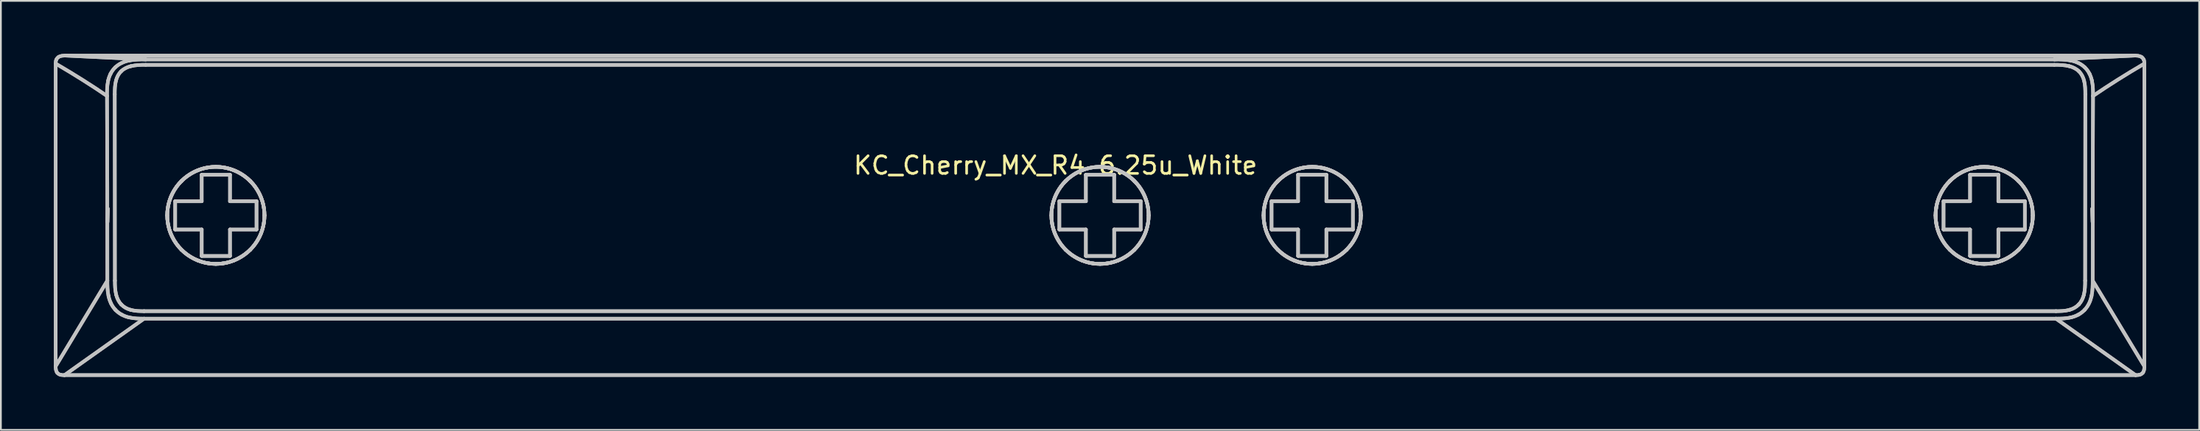
<source format=kicad_pcb>
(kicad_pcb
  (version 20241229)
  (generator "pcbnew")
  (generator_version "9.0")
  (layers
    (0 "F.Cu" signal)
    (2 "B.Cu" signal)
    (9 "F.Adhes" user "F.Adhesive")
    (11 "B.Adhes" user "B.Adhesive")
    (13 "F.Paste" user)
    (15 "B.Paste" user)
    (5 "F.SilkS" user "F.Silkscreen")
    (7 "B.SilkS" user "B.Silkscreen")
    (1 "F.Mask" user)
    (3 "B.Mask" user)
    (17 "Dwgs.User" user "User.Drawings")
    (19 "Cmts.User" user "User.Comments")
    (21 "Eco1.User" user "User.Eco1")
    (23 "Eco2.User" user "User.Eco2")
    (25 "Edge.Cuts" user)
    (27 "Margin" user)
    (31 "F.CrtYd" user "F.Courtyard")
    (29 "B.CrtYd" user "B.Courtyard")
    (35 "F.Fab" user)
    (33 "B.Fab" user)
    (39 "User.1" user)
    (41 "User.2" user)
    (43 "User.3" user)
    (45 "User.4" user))
  (footprint "KC_Cherry_MX_R4_6.25u_White"
    (layer "F.Cu")
    (at 59.176 9.111)
    (property "Reference" "KC_Cherry_MX_R4_6.25u_White" (at -2.54 -2.794 0) (layer "F.SilkS") (effects (font (size 1 1) (thickness 0.15))))
    (attr allow_missing_courtyard)
    (fp_line (start -59.076 -8.557) (end -59.076 8.585) (stroke (width 0.2) (type default)) (layer "Dwgs.User"))
    (fp_line (start -59.076 -8.557) (end -59.076 8.585) (stroke (width 0.2) (type default)) (layer "Dwgs.User"))
    (fp_line (start -58.58 9.089) (end 58.54 9.089) (stroke (width 0.2) (type default)) (layer "Dwgs.User"))
    (fp_line (start -58.58 9.089) (end 58.54 9.089) (stroke (width 0.2) (type default)) (layer "Dwgs.User"))
    (fp_line (start -58.528 -9.011) (end -53.985 -8.793) (stroke (width 0.2) (type default)) (layer "Dwgs.User"))
    (fp_line (start -58.528 -9.011) (end -53.985 -8.793) (stroke (width 0.2) (type default)) (layer "Dwgs.User"))
    (fp_line (start -56.155 3.735) (end -59.076 8.585) (stroke (width 0.2) (type default)) (layer "Dwgs.User"))
    (fp_line (start -56.155 3.735) (end -59.076 8.585) (stroke (width 0.2) (type default)) (layer "Dwgs.User"))
    (fp_line (start -56.148 0.414) (end -56.124 -0.336) (stroke (width 0.2) (type default)) (layer "Dwgs.User"))
    (fp_line (start -56.148 0.414) (end -56.124 -0.336) (stroke (width 0.2) (type default)) (layer "Dwgs.User"))
    (fp_line (start -55.737 -6.818) (end -55.728 3.735) (stroke (width 0.2) (type default)) (layer "Dwgs.User"))
    (fp_line (start -55.737 -6.818) (end -55.728 3.735) (stroke (width 0.2) (type default)) (layer "Dwgs.User"))
    (fp_line (start -54.078 5.466) (end 54.038 5.466) (stroke (width 0.2) (type default)) (layer "Dwgs.User"))
    (fp_line (start -54.078 5.466) (end 54.038 5.466) (stroke (width 0.2) (type default)) (layer "Dwgs.User"))
    (fp_line (start -54.078 5.89) (end -58.58 9.089) (stroke (width 0.2) (type default)) (layer "Dwgs.User"))
    (fp_line (start -54.078 5.89) (end -58.58 9.089) (stroke (width 0.2) (type default)) (layer "Dwgs.User"))
    (fp_line (start -54.078 5.89) (end 54.038 5.89) (stroke (width 0.2) (type default)) (layer "Dwgs.User"))
    (fp_line (start -54.078 5.89) (end 54.038 5.89) (stroke (width 0.2) (type default)) (layer "Dwgs.User"))
    (fp_line (start -52.32 -0.76) (end -50.82 -0.76) (stroke (width 0.2) (type default)) (layer "Dwgs.User"))
    (fp_line (start -52.32 -0.76) (end -50.82 -0.76) (stroke (width 0.2) (type default)) (layer "Dwgs.User"))
    (fp_line (start -52.32 0.84) (end -52.32 -0.76) (stroke (width 0.2) (type default)) (layer "Dwgs.User"))
    (fp_line (start -52.32 0.84) (end -52.32 -0.76) (stroke (width 0.2) (type default)) (layer "Dwgs.User"))
    (fp_line (start -50.82 -2.26) (end -49.22 -2.26) (stroke (width 0.2) (type default)) (layer "Dwgs.User"))
    (fp_line (start -50.82 -2.26) (end -49.22 -2.26) (stroke (width 0.2) (type default)) (layer "Dwgs.User"))
    (fp_line (start -50.82 -0.76) (end -50.82 -2.26) (stroke (width 0.2) (type default)) (layer "Dwgs.User"))
    (fp_line (start -50.82 -0.76) (end -50.82 -2.26) (stroke (width 0.2) (type default)) (layer "Dwgs.User"))
    (fp_line (start -50.82 0.84) (end -52.32 0.84) (stroke (width 0.2) (type default)) (layer "Dwgs.User"))
    (fp_line (start -50.82 0.84) (end -52.32 0.84) (stroke (width 0.2) (type default)) (layer "Dwgs.User"))
    (fp_line (start -50.82 2.34) (end -50.82 0.84) (stroke (width 0.2) (type default)) (layer "Dwgs.User"))
    (fp_line (start -50.82 2.34) (end -50.82 0.84) (stroke (width 0.2) (type default)) (layer "Dwgs.User"))
    (fp_line (start -49.22 -2.26) (end -49.22 -0.76) (stroke (width 0.2) (type default)) (layer "Dwgs.User"))
    (fp_line (start -49.22 -2.26) (end -49.22 -0.76) (stroke (width 0.2) (type default)) (layer "Dwgs.User"))
    (fp_line (start -49.22 -0.76) (end -47.72 -0.76) (stroke (width 0.2) (type default)) (layer "Dwgs.User"))
    (fp_line (start -49.22 -0.76) (end -47.72 -0.76) (stroke (width 0.2) (type default)) (layer "Dwgs.User"))
    (fp_line (start -49.22 0.84) (end -49.22 2.34) (stroke (width 0.2) (type default)) (layer "Dwgs.User"))
    (fp_line (start -49.22 0.84) (end -49.22 2.34) (stroke (width 0.2) (type default)) (layer "Dwgs.User"))
    (fp_line (start -49.22 2.34) (end -50.82 2.34) (stroke (width 0.2) (type default)) (layer "Dwgs.User"))
    (fp_line (start -49.22 2.34) (end -50.82 2.34) (stroke (width 0.2) (type default)) (layer "Dwgs.User"))
    (fp_line (start -47.72 -0.76) (end -47.72 0.84) (stroke (width 0.2) (type default)) (layer "Dwgs.User"))
    (fp_line (start -47.72 -0.76) (end -47.72 0.84) (stroke (width 0.2) (type default)) (layer "Dwgs.User"))
    (fp_line (start -47.72 0.84) (end -49.22 0.84) (stroke (width 0.2) (type default)) (layer "Dwgs.User"))
    (fp_line (start -47.72 0.84) (end -49.22 0.84) (stroke (width 0.2) (type default)) (layer "Dwgs.User"))
    (fp_line (start -47.296 -0.336) (end -47.296 -0.336) (stroke (width 0.2) (type default)) (layer "Dwgs.User"))
    (fp_line (start -47.296 -0.336) (end -47.296 -0.336) (stroke (width 0.2) (type default)) (layer "Dwgs.User"))
    (fp_line (start -47.296 0.414) (end -47.296 0.414) (stroke (width 0.2) (type default)) (layer "Dwgs.User"))
    (fp_line (start -47.296 0.414) (end -47.296 0.414) (stroke (width 0.2) (type default)) (layer "Dwgs.User"))
    (fp_line (start -2.744 -0.335) (end -2.744 -0.336) (stroke (width 0.2) (type default)) (layer "Dwgs.User"))
    (fp_line (start -2.744 -0.335) (end -2.744 -0.336) (stroke (width 0.2) (type default)) (layer "Dwgs.User"))
    (fp_line (start -2.744 0.414) (end -2.744 0.415) (stroke (width 0.2) (type default)) (layer "Dwgs.User"))
    (fp_line (start -2.744 0.414) (end -2.744 0.415) (stroke (width 0.2) (type default)) (layer "Dwgs.User"))
    (fp_line (start -2.32 -0.76) (end -0.82 -0.76) (stroke (width 0.2) (type default)) (layer "Dwgs.User"))
    (fp_line (start -2.32 -0.76) (end -0.82 -0.76) (stroke (width 0.2) (type default)) (layer "Dwgs.User"))
    (fp_line (start -2.32 0.84) (end -2.32 -0.76) (stroke (width 0.2) (type default)) (layer "Dwgs.User"))
    (fp_line (start -2.32 0.84) (end -2.32 -0.76) (stroke (width 0.2) (type default)) (layer "Dwgs.User"))
    (fp_line (start -0.82 -2.26) (end 0.78 -2.26) (stroke (width 0.2) (type default)) (layer "Dwgs.User"))
    (fp_line (start -0.82 -2.26) (end 0.78 -2.26) (stroke (width 0.2) (type default)) (layer "Dwgs.User"))
    (fp_line (start -0.82 -0.76) (end -0.82 -2.26) (stroke (width 0.2) (type default)) (layer "Dwgs.User"))
    (fp_line (start -0.82 -0.76) (end -0.82 -2.26) (stroke (width 0.2) (type default)) (layer "Dwgs.User"))
    (fp_line (start -0.82 0.84) (end -2.32 0.84) (stroke (width 0.2) (type default)) (layer "Dwgs.User"))
    (fp_line (start -0.82 0.84) (end -2.32 0.84) (stroke (width 0.2) (type default)) (layer "Dwgs.User"))
    (fp_line (start -0.82 2.34) (end -0.82 0.84) (stroke (width 0.2) (type default)) (layer "Dwgs.User"))
    (fp_line (start -0.82 2.34) (end -0.82 0.84) (stroke (width 0.2) (type default)) (layer "Dwgs.User"))
    (fp_line (start 0.78 -2.26) (end 0.78 -0.76) (stroke (width 0.2) (type default)) (layer "Dwgs.User"))
    (fp_line (start 0.78 -2.26) (end 0.78 -0.76) (stroke (width 0.2) (type default)) (layer "Dwgs.User"))
    (fp_line (start 0.78 -0.76) (end 2.28 -0.76) (stroke (width 0.2) (type default)) (layer "Dwgs.User"))
    (fp_line (start 0.78 -0.76) (end 2.28 -0.76) (stroke (width 0.2) (type default)) (layer "Dwgs.User"))
    (fp_line (start 0.78 0.84) (end 0.78 2.34) (stroke (width 0.2) (type default)) (layer "Dwgs.User"))
    (fp_line (start 0.78 0.84) (end 0.78 2.34) (stroke (width 0.2) (type default)) (layer "Dwgs.User"))
    (fp_line (start 0.78 2.34) (end -0.82 2.34) (stroke (width 0.2) (type default)) (layer "Dwgs.User"))
    (fp_line (start 0.78 2.34) (end -0.82 2.34) (stroke (width 0.2) (type default)) (layer "Dwgs.User"))
    (fp_line (start 2.28 -0.76) (end 2.28 0.84) (stroke (width 0.2) (type default)) (layer "Dwgs.User"))
    (fp_line (start 2.28 -0.76) (end 2.28 0.84) (stroke (width 0.2) (type default)) (layer "Dwgs.User"))
    (fp_line (start 2.28 0.84) (end 0.78 0.84) (stroke (width 0.2) (type default)) (layer "Dwgs.User"))
    (fp_line (start 2.28 0.84) (end 0.78 0.84) (stroke (width 0.2) (type default)) (layer "Dwgs.User"))
    (fp_line (start 9.68 -0.76) (end 11.18 -0.76) (stroke (width 0.2) (type default)) (layer "Dwgs.User"))
    (fp_line (start 9.68 -0.76) (end 11.18 -0.76) (stroke (width 0.2) (type default)) (layer "Dwgs.User"))
    (fp_line (start 9.68 0.84) (end 9.68 -0.76) (stroke (width 0.2) (type default)) (layer "Dwgs.User"))
    (fp_line (start 9.68 0.84) (end 9.68 -0.76) (stroke (width 0.2) (type default)) (layer "Dwgs.User"))
    (fp_line (start 11.18 -2.26) (end 12.78 -2.26) (stroke (width 0.2) (type default)) (layer "Dwgs.User"))
    (fp_line (start 11.18 -2.26) (end 12.78 -2.26) (stroke (width 0.2) (type default)) (layer "Dwgs.User"))
    (fp_line (start 11.18 -0.76) (end 11.18 -2.26) (stroke (width 0.2) (type default)) (layer "Dwgs.User"))
    (fp_line (start 11.18 -0.76) (end 11.18 -2.26) (stroke (width 0.2) (type default)) (layer "Dwgs.User"))
    (fp_line (start 11.18 0.84) (end 9.68 0.84) (stroke (width 0.2) (type default)) (layer "Dwgs.User"))
    (fp_line (start 11.18 0.84) (end 9.68 0.84) (stroke (width 0.2) (type default)) (layer "Dwgs.User"))
    (fp_line (start 11.18 2.34) (end 11.18 0.84) (stroke (width 0.2) (type default)) (layer "Dwgs.User"))
    (fp_line (start 11.18 2.34) (end 11.18 0.84) (stroke (width 0.2) (type default)) (layer "Dwgs.User"))
    (fp_line (start 12.78 -2.26) (end 12.78 -0.76) (stroke (width 0.2) (type default)) (layer "Dwgs.User"))
    (fp_line (start 12.78 -2.26) (end 12.78 -0.76) (stroke (width 0.2) (type default)) (layer "Dwgs.User"))
    (fp_line (start 12.78 -0.76) (end 14.28 -0.76) (stroke (width 0.2) (type default)) (layer "Dwgs.User"))
    (fp_line (start 12.78 -0.76) (end 14.28 -0.76) (stroke (width 0.2) (type default)) (layer "Dwgs.User"))
    (fp_line (start 12.78 0.84) (end 12.78 2.34) (stroke (width 0.2) (type default)) (layer "Dwgs.User"))
    (fp_line (start 12.78 0.84) (end 12.78 2.34) (stroke (width 0.2) (type default)) (layer "Dwgs.User"))
    (fp_line (start 12.78 2.34) (end 11.18 2.34) (stroke (width 0.2) (type default)) (layer "Dwgs.User"))
    (fp_line (start 12.78 2.34) (end 11.18 2.34) (stroke (width 0.2) (type default)) (layer "Dwgs.User"))
    (fp_line (start 14.28 -0.76) (end 14.28 0.84) (stroke (width 0.2) (type default)) (layer "Dwgs.User"))
    (fp_line (start 14.28 -0.76) (end 14.28 0.84) (stroke (width 0.2) (type default)) (layer "Dwgs.User"))
    (fp_line (start 14.28 0.84) (end 12.78 0.84) (stroke (width 0.2) (type default)) (layer "Dwgs.User"))
    (fp_line (start 14.28 0.84) (end 12.78 0.84) (stroke (width 0.2) (type default)) (layer "Dwgs.User"))
    (fp_line (start 14.704 0.414) (end 14.704 0.415) (stroke (width 0.2) (type default)) (layer "Dwgs.User"))
    (fp_line (start 14.704 0.414) (end 14.704 0.415) (stroke (width 0.2) (type default)) (layer "Dwgs.User"))
    (fp_line (start 14.704 -0.335) (end 14.704 -0.336) (stroke (width 0.2) (type default)) (layer "Dwgs.User"))
    (fp_line (start 14.704 -0.335) (end 14.704 -0.336) (stroke (width 0.2) (type default)) (layer "Dwgs.User"))
    (fp_line (start 47.256 0.414) (end 47.256 0.414) (stroke (width 0.2) (type default)) (layer "Dwgs.User"))
    (fp_line (start 47.256 0.414) (end 47.256 0.414) (stroke (width 0.2) (type default)) (layer "Dwgs.User"))
    (fp_line (start 47.256 -0.336) (end 47.256 -0.336) (stroke (width 0.2) (type default)) (layer "Dwgs.User"))
    (fp_line (start 47.256 -0.336) (end 47.256 -0.336) (stroke (width 0.2) (type default)) (layer "Dwgs.User"))
    (fp_line (start 47.68 -0.76) (end 49.18 -0.76) (stroke (width 0.2) (type default)) (layer "Dwgs.User"))
    (fp_line (start 47.68 -0.76) (end 49.18 -0.76) (stroke (width 0.2) (type default)) (layer "Dwgs.User"))
    (fp_line (start 47.68 0.84) (end 47.68 -0.76) (stroke (width 0.2) (type default)) (layer "Dwgs.User"))
    (fp_line (start 47.68 0.84) (end 47.68 -0.76) (stroke (width 0.2) (type default)) (layer "Dwgs.User"))
    (fp_line (start 49.18 -2.26) (end 50.78 -2.26) (stroke (width 0.2) (type default)) (layer "Dwgs.User"))
    (fp_line (start 49.18 -2.26) (end 50.78 -2.26) (stroke (width 0.2) (type default)) (layer "Dwgs.User"))
    (fp_line (start 49.18 -0.76) (end 49.18 -2.26) (stroke (width 0.2) (type default)) (layer "Dwgs.User"))
    (fp_line (start 49.18 -0.76) (end 49.18 -2.26) (stroke (width 0.2) (type default)) (layer "Dwgs.User"))
    (fp_line (start 49.18 0.84) (end 47.68 0.84) (stroke (width 0.2) (type default)) (layer "Dwgs.User"))
    (fp_line (start 49.18 0.84) (end 47.68 0.84) (stroke (width 0.2) (type default)) (layer "Dwgs.User"))
    (fp_line (start 49.18 2.34) (end 49.18 0.84) (stroke (width 0.2) (type default)) (layer "Dwgs.User"))
    (fp_line (start 49.18 2.34) (end 49.18 0.84) (stroke (width 0.2) (type default)) (layer "Dwgs.User"))
    (fp_line (start 50.78 -2.26) (end 50.78 -0.76) (stroke (width 0.2) (type default)) (layer "Dwgs.User"))
    (fp_line (start 50.78 -2.26) (end 50.78 -0.76) (stroke (width 0.2) (type default)) (layer "Dwgs.User"))
    (fp_line (start 50.78 -0.76) (end 52.28 -0.76) (stroke (width 0.2) (type default)) (layer "Dwgs.User"))
    (fp_line (start 50.78 -0.76) (end 52.28 -0.76) (stroke (width 0.2) (type default)) (layer "Dwgs.User"))
    (fp_line (start 50.78 0.84) (end 50.78 2.34) (stroke (width 0.2) (type default)) (layer "Dwgs.User"))
    (fp_line (start 50.78 0.84) (end 50.78 2.34) (stroke (width 0.2) (type default)) (layer "Dwgs.User"))
    (fp_line (start 50.78 2.34) (end 49.18 2.34) (stroke (width 0.2) (type default)) (layer "Dwgs.User"))
    (fp_line (start 50.78 2.34) (end 49.18 2.34) (stroke (width 0.2) (type default)) (layer "Dwgs.User"))
    (fp_line (start 52.28 -0.76) (end 52.28 0.84) (stroke (width 0.2) (type default)) (layer "Dwgs.User"))
    (fp_line (start 52.28 -0.76) (end 52.28 0.84) (stroke (width 0.2) (type default)) (layer "Dwgs.User"))
    (fp_line (start 52.28 0.84) (end 50.78 0.84) (stroke (width 0.2) (type default)) (layer "Dwgs.User"))
    (fp_line (start 52.28 0.84) (end 50.78 0.84) (stroke (width 0.2) (type default)) (layer "Dwgs.User"))
    (fp_line (start 53.945 -8.793) (end -53.985 -8.793) (stroke (width 0.2) (type default)) (layer "Dwgs.User"))
    (fp_line (start 53.945 -8.793) (end -53.985 -8.793) (stroke (width 0.2) (type default)) (layer "Dwgs.User"))
    (fp_line (start 53.945 -8.793) (end 58.488 -9.011) (stroke (width 0.2) (type default)) (layer "Dwgs.User"))
    (fp_line (start 53.945 -8.793) (end 58.488 -9.011) (stroke (width 0.2) (type default)) (layer "Dwgs.User"))
    (fp_line (start 53.945 -8.487) (end -53.985 -8.487) (stroke (width 0.2) (type default)) (layer "Dwgs.User"))
    (fp_line (start 53.945 -8.487) (end -53.985 -8.487) (stroke (width 0.2) (type default)) (layer "Dwgs.User"))
    (fp_line (start 54.038 5.89) (end 58.54 9.089) (stroke (width 0.2) (type default)) (layer "Dwgs.User"))
    (fp_line (start 54.038 5.89) (end 58.54 9.089) (stroke (width 0.2) (type default)) (layer "Dwgs.User"))
    (fp_line (start 55.688 3.735) (end 55.697 -6.818) (stroke (width 0.2) (type default)) (layer "Dwgs.User"))
    (fp_line (start 55.688 3.735) (end 55.697 -6.818) (stroke (width 0.2) (type default)) (layer "Dwgs.User"))
    (fp_line (start 56.108 0.414) (end 56.084 -0.336) (stroke (width 0.2) (type default)) (layer "Dwgs.User"))
    (fp_line (start 56.108 0.414) (end 56.084 -0.336) (stroke (width 0.2) (type default)) (layer "Dwgs.User"))
    (fp_line (start 56.115 3.735) (end 59.036 8.585) (stroke (width 0.2) (type default)) (layer "Dwgs.User"))
    (fp_line (start 56.115 3.735) (end 59.036 8.585) (stroke (width 0.2) (type default)) (layer "Dwgs.User"))
    (fp_line (start 58.488 -9.011) (end -58.528 -9.011) (stroke (width 0.2) (type default)) (layer "Dwgs.User"))
    (fp_line (start 58.488 -9.011) (end -58.528 -9.011) (stroke (width 0.2) (type default)) (layer "Dwgs.User"))
    (fp_line (start 59.036 8.585) (end 59.036 -8.557) (stroke (width 0.2) (type default)) (layer "Dwgs.User"))
    (fp_line (start 59.036 8.585) (end 59.036 -8.557) (stroke (width 0.2) (type default)) (layer "Dwgs.User"))
    (fp_curve (pts (xy -59.076 -8.557) (xy -58.02 -7.939) (xy -57.054 -7.329) (xy -56.175 -6.727)) (stroke (width 0.2) (type default)) (layer "Dwgs.User"))
    (fp_curve (pts (xy -59.076 -8.557) (xy -58.02 -7.939) (xy -57.054 -7.329) (xy -56.175 -6.727)) (stroke (width 0.2) (type default)) (layer "Dwgs.User"))
    (fp_curve (pts (xy -59.076 8.585) (xy -59.078 8.715) (xy -59.072 8.859) (xy -58.982 8.963)) (stroke (width 0.2) (type default)) (layer "Dwgs.User"))
    (fp_curve (pts (xy -59.076 8.585) (xy -59.078 8.715) (xy -59.072 8.859) (xy -58.982 8.963)) (stroke (width 0.2) (type default)) (layer "Dwgs.User"))
    (fp_curve (pts (xy -59.046 -8.775) (xy -59.074 -8.706) (xy -59.077 -8.63) (xy -59.076 -8.557)) (stroke (width 0.2) (type default)) (layer "Dwgs.User"))
    (fp_curve (pts (xy -59.046 -8.775) (xy -59.074 -8.706) (xy -59.077 -8.63) (xy -59.076 -8.557)) (stroke (width 0.2) (type default)) (layer "Dwgs.User"))
    (fp_curve (pts (xy -58.982 8.963) (xy -58.929 9.022) (xy -58.864 9.059) (xy -58.786 9.074)) (stroke (width 0.2) (type default)) (layer "Dwgs.User"))
    (fp_curve (pts (xy -58.982 8.963) (xy -58.929 9.022) (xy -58.864 9.059) (xy -58.786 9.074)) (stroke (width 0.2) (type default)) (layer "Dwgs.User"))
    (fp_curve (pts (xy -58.938 -8.915) (xy -58.986 -8.878) (xy -59.022 -8.832) (xy -59.046 -8.775)) (stroke (width 0.2) (type default)) (layer "Dwgs.User"))
    (fp_curve (pts (xy -58.938 -8.915) (xy -58.986 -8.878) (xy -59.022 -8.832) (xy -59.046 -8.775)) (stroke (width 0.2) (type default)) (layer "Dwgs.User"))
    (fp_curve (pts (xy -58.786 9.074) (xy -58.718 9.087) (xy -58.649 9.092) (xy -58.58 9.089)) (stroke (width 0.2) (type default)) (layer "Dwgs.User"))
    (fp_curve (pts (xy -58.786 9.074) (xy -58.718 9.087) (xy -58.649 9.092) (xy -58.58 9.089)) (stroke (width 0.2) (type default)) (layer "Dwgs.User"))
    (fp_curve (pts (xy -58.528 -9.011) (xy -58.669 -9.012) (xy -58.821 -9.004) (xy -58.938 -8.915)) (stroke (width 0.2) (type default)) (layer "Dwgs.User"))
    (fp_curve (pts (xy -58.528 -9.011) (xy -58.669 -9.012) (xy -58.821 -9.004) (xy -58.938 -8.915)) (stroke (width 0.2) (type default)) (layer "Dwgs.User"))
    (fp_curve (pts (xy -56.175 -6.727) (xy -56.157 -3.347) (xy -56.153 0.192) (xy -56.155 3.735)) (stroke (width 0.2) (type default)) (layer "Dwgs.User"))
    (fp_curve (pts (xy -56.175 -6.727) (xy -56.157 -3.347) (xy -56.153 0.192) (xy -56.155 3.735)) (stroke (width 0.2) (type default)) (layer "Dwgs.User"))
    (fp_curve (pts (xy -56.155 3.735) (xy -56.154 4) (xy -56.157 4.29) (xy -56.089 4.611)) (stroke (width 0.2) (type default)) (layer "Dwgs.User"))
    (fp_curve (pts (xy -56.155 3.735) (xy -56.154 4) (xy -56.157 4.29) (xy -56.089 4.611)) (stroke (width 0.2) (type default)) (layer "Dwgs.User"))
    (fp_curve (pts (xy -56.112 -7.586) (xy -56.181 -7.269) (xy -56.175 -6.986) (xy -56.175 -6.727)) (stroke (width 0.2) (type default)) (layer "Dwgs.User"))
    (fp_curve (pts (xy -56.112 -7.586) (xy -56.181 -7.269) (xy -56.175 -6.986) (xy -56.175 -6.727)) (stroke (width 0.2) (type default)) (layer "Dwgs.User"))
    (fp_curve (pts (xy -56.089 4.611) (xy -56.062 4.745) (xy -56.016 4.882) (xy -55.951 5.022)) (stroke (width 0.2) (type default)) (layer "Dwgs.User"))
    (fp_curve (pts (xy -56.089 4.611) (xy -56.062 4.745) (xy -56.016 4.882) (xy -55.951 5.022)) (stroke (width 0.2) (type default)) (layer "Dwgs.User"))
    (fp_curve (pts (xy -55.971 -7.989) (xy -56.039 -7.85) (xy -56.086 -7.716) (xy -56.112 -7.586)) (stroke (width 0.2) (type default)) (layer "Dwgs.User"))
    (fp_curve (pts (xy -55.971 -7.989) (xy -56.039 -7.85) (xy -56.086 -7.716) (xy -56.112 -7.586)) (stroke (width 0.2) (type default)) (layer "Dwgs.User"))
    (fp_curve (pts (xy -55.951 5.022) (xy -55.89 5.151) (xy -55.808 5.272) (xy -55.703 5.387)) (stroke (width 0.2) (type default)) (layer "Dwgs.User"))
    (fp_curve (pts (xy -55.951 5.022) (xy -55.89 5.151) (xy -55.808 5.272) (xy -55.703 5.387)) (stroke (width 0.2) (type default)) (layer "Dwgs.User"))
    (fp_curve (pts (xy -55.728 3.735) (xy -55.728 4.002) (xy -55.722 4.271) (xy -55.658 4.53)) (stroke (width 0.2) (type default)) (layer "Dwgs.User"))
    (fp_curve (pts (xy -55.728 3.735) (xy -55.728 4.002) (xy -55.722 4.271) (xy -55.658 4.53)) (stroke (width 0.2) (type default)) (layer "Dwgs.User"))
    (fp_curve (pts (xy -55.711 -8.343) (xy -55.821 -8.236) (xy -55.909 -8.112) (xy -55.971 -7.989)) (stroke (width 0.2) (type default)) (layer "Dwgs.User"))
    (fp_curve (pts (xy -55.711 -8.343) (xy -55.821 -8.236) (xy -55.909 -8.112) (xy -55.971 -7.989)) (stroke (width 0.2) (type default)) (layer "Dwgs.User"))
    (fp_curve (pts (xy -55.703 5.387) (xy -55.6 5.498) (xy -55.476 5.592) (xy -55.35 5.66)) (stroke (width 0.2) (type default)) (layer "Dwgs.User"))
    (fp_curve (pts (xy -55.703 5.387) (xy -55.6 5.498) (xy -55.476 5.592) (xy -55.35 5.66)) (stroke (width 0.2) (type default)) (layer "Dwgs.User"))
    (fp_curve (pts (xy -55.668 -7.593) (xy -55.733 -7.342) (xy -55.737 -7.079) (xy -55.737 -6.818)) (stroke (width 0.2) (type default)) (layer "Dwgs.User"))
    (fp_curve (pts (xy -55.668 -7.593) (xy -55.733 -7.342) (xy -55.737 -7.079) (xy -55.737 -6.818)) (stroke (width 0.2) (type default)) (layer "Dwgs.User"))
    (fp_curve (pts (xy -55.658 4.53) (xy -55.607 4.736) (xy -55.515 4.934) (xy -55.368 5.087)) (stroke (width 0.2) (type default)) (layer "Dwgs.User"))
    (fp_curve (pts (xy -55.658 4.53) (xy -55.607 4.736) (xy -55.515 4.934) (xy -55.368 5.087)) (stroke (width 0.2) (type default)) (layer "Dwgs.User"))
    (fp_curve (pts (xy -55.377 -8.121) (xy -55.526 -7.976) (xy -55.618 -7.789) (xy -55.668 -7.593)) (stroke (width 0.2) (type default)) (layer "Dwgs.User"))
    (fp_curve (pts (xy -55.377 -8.121) (xy -55.526 -7.976) (xy -55.618 -7.789) (xy -55.668 -7.593)) (stroke (width 0.2) (type default)) (layer "Dwgs.User"))
    (fp_curve (pts (xy -55.368 5.087) (xy -55.225 5.238) (xy -55.038 5.338) (xy -54.841 5.391)) (stroke (width 0.2) (type default)) (layer "Dwgs.User"))
    (fp_curve (pts (xy -55.368 5.087) (xy -55.225 5.238) (xy -55.038 5.338) (xy -54.841 5.391)) (stroke (width 0.2) (type default)) (layer "Dwgs.User"))
    (fp_curve (pts (xy -55.35 5.66) (xy -55.212 5.734) (xy -55.075 5.786) (xy -54.941 5.816)) (stroke (width 0.2) (type default)) (layer "Dwgs.User"))
    (fp_curve (pts (xy -55.35 5.66) (xy -55.212 5.734) (xy -55.075 5.786) (xy -54.941 5.816)) (stroke (width 0.2) (type default)) (layer "Dwgs.User"))
    (fp_curve (pts (xy -55.343 -8.595) (xy -55.471 -8.535) (xy -55.6 -8.45) (xy -55.711 -8.343)) (stroke (width 0.2) (type default)) (layer "Dwgs.User"))
    (fp_curve (pts (xy -55.343 -8.595) (xy -55.471 -8.535) (xy -55.6 -8.45) (xy -55.711 -8.343)) (stroke (width 0.2) (type default)) (layer "Dwgs.User"))
    (fp_curve (pts (xy -54.941 5.816) (xy -54.621 5.892) (xy -54.335 5.888) (xy -54.078 5.89)) (stroke (width 0.2) (type default)) (layer "Dwgs.User"))
    (fp_curve (pts (xy -54.941 5.816) (xy -54.621 5.892) (xy -54.335 5.888) (xy -54.078 5.89)) (stroke (width 0.2) (type default)) (layer "Dwgs.User"))
    (fp_curve (pts (xy -54.918 -8.732) (xy -55.056 -8.707) (xy -55.197 -8.662) (xy -55.343 -8.595)) (stroke (width 0.2) (type default)) (layer "Dwgs.User"))
    (fp_curve (pts (xy -54.918 -8.732) (xy -55.056 -8.707) (xy -55.197 -8.662) (xy -55.343 -8.595)) (stroke (width 0.2) (type default)) (layer "Dwgs.User"))
    (fp_curve (pts (xy -54.841 5.391) (xy -54.594 5.46) (xy -54.334 5.466) (xy -54.078 5.466)) (stroke (width 0.2) (type default)) (layer "Dwgs.User"))
    (fp_curve (pts (xy -54.841 5.391) (xy -54.594 5.46) (xy -54.334 5.466) (xy -54.078 5.466)) (stroke (width 0.2) (type default)) (layer "Dwgs.User"))
    (fp_curve (pts (xy -54.827 -8.413) (xy -55.032 -8.362) (xy -55.228 -8.269) (xy -55.377 -8.121)) (stroke (width 0.2) (type default)) (layer "Dwgs.User"))
    (fp_curve (pts (xy -54.827 -8.413) (xy -55.032 -8.362) (xy -55.228 -8.269) (xy -55.377 -8.121)) (stroke (width 0.2) (type default)) (layer "Dwgs.User"))
    (fp_curve (pts (xy -53.985 -8.487) (xy -54.268 -8.487) (xy -54.554 -8.481) (xy -54.827 -8.413)) (stroke (width 0.2) (type default)) (layer "Dwgs.User"))
    (fp_curve (pts (xy -53.985 -8.487) (xy -54.268 -8.487) (xy -54.554 -8.481) (xy -54.827 -8.413)) (stroke (width 0.2) (type default)) (layer "Dwgs.User"))
    (fp_curve (pts (xy -53.985 -8.793) (xy -54.269 -8.79) (xy -54.575 -8.799) (xy -54.918 -8.732)) (stroke (width 0.2) (type default)) (layer "Dwgs.User"))
    (fp_curve (pts (xy -53.985 -8.793) (xy -54.269 -8.79) (xy -54.575 -8.799) (xy -54.918 -8.732)) (stroke (width 0.2) (type default)) (layer "Dwgs.User"))
    (fp_curve (pts (xy -52.77 0.039) (xy -52.77 0.363) (xy -52.711 0.713) (xy -52.577 1.052)) (stroke (width 0.2) (type default)) (layer "Dwgs.User"))
    (fp_curve (pts (xy -52.77 0.039) (xy -52.77 0.363) (xy -52.711 0.713) (xy -52.577 1.052)) (stroke (width 0.2) (type default)) (layer "Dwgs.User"))
    (fp_curve (pts (xy -52.744 0.414) (xy -52.665 1.001) (xy -52.387 1.564) (xy -51.965 1.984)) (stroke (width 0.2) (type default)) (layer "Dwgs.User"))
    (fp_curve (pts (xy -52.744 0.414) (xy -52.665 1.001) (xy -52.387 1.564) (xy -51.965 1.984)) (stroke (width 0.2) (type default)) (layer "Dwgs.User"))
    (fp_curve (pts (xy -52.744 -0.336) (xy -52.779 -0.086) (xy -52.779 0.164) (xy -52.744 0.414)) (stroke (width 0.2) (type default)) (layer "Dwgs.User"))
    (fp_curve (pts (xy -52.744 -0.336) (xy -52.779 -0.086) (xy -52.779 0.164) (xy -52.744 0.414)) (stroke (width 0.2) (type default)) (layer "Dwgs.User"))
    (fp_curve (pts (xy -52.577 -0.973) (xy -52.711 -0.634) (xy -52.77 -0.284) (xy -52.77 0.039)) (stroke (width 0.2) (type default)) (layer "Dwgs.User"))
    (fp_curve (pts (xy -52.577 -0.973) (xy -52.711 -0.634) (xy -52.77 -0.284) (xy -52.77 0.039)) (stroke (width 0.2) (type default)) (layer "Dwgs.User"))
    (fp_curve (pts (xy -52.577 1.052) (xy -52.444 1.39) (xy -52.234 1.716) (xy -51.965 1.984)) (stroke (width 0.2) (type default)) (layer "Dwgs.User"))
    (fp_curve (pts (xy -52.577 1.052) (xy -52.444 1.39) (xy -52.234 1.716) (xy -51.965 1.984)) (stroke (width 0.2) (type default)) (layer "Dwgs.User"))
    (fp_curve (pts (xy -51.965 -1.905) (xy -52.387 -1.484) (xy -52.664 -0.926) (xy -52.744 -0.336)) (stroke (width 0.2) (type default)) (layer "Dwgs.User"))
    (fp_curve (pts (xy -51.965 -1.905) (xy -52.387 -1.484) (xy -52.664 -0.926) (xy -52.744 -0.336)) (stroke (width 0.2) (type default)) (layer "Dwgs.User"))
    (fp_curve (pts (xy -51.965 -1.905) (xy -52.234 -1.637) (xy -52.444 -1.311) (xy -52.577 -0.973)) (stroke (width 0.2) (type default)) (layer "Dwgs.User"))
    (fp_curve (pts (xy -51.965 -1.905) (xy -52.234 -1.637) (xy -52.444 -1.311) (xy -52.577 -0.973)) (stroke (width 0.2) (type default)) (layer "Dwgs.User"))
    (fp_curve (pts (xy -51.965 1.984) (xy -51.696 2.253) (xy -51.371 2.463) (xy -51.032 2.596)) (stroke (width 0.2) (type default)) (layer "Dwgs.User"))
    (fp_curve (pts (xy -51.965 1.984) (xy -51.696 2.253) (xy -51.371 2.463) (xy -51.032 2.596)) (stroke (width 0.2) (type default)) (layer "Dwgs.User"))
    (fp_curve (pts (xy -51.965 1.984) (xy -51.545 2.405) (xy -50.987 2.683) (xy -50.395 2.764)) (stroke (width 0.2) (type default)) (layer "Dwgs.User"))
    (fp_curve (pts (xy -51.965 1.984) (xy -51.545 2.405) (xy -50.987 2.683) (xy -50.395 2.764)) (stroke (width 0.2) (type default)) (layer "Dwgs.User"))
    (fp_curve (pts (xy -51.032 -2.518) (xy -51.371 -2.384) (xy -51.696 -2.174) (xy -51.965 -1.905)) (stroke (width 0.2) (type default)) (layer "Dwgs.User"))
    (fp_curve (pts (xy -51.032 -2.518) (xy -51.371 -2.384) (xy -51.696 -2.174) (xy -51.965 -1.905)) (stroke (width 0.2) (type default)) (layer "Dwgs.User"))
    (fp_curve (pts (xy -51.032 2.596) (xy -50.693 2.731) (xy -50.344 2.79) (xy -50.02 2.789)) (stroke (width 0.2) (type default)) (layer "Dwgs.User"))
    (fp_curve (pts (xy -51.032 2.596) (xy -50.693 2.731) (xy -50.344 2.79) (xy -50.02 2.789)) (stroke (width 0.2) (type default)) (layer "Dwgs.User"))
    (fp_curve (pts (xy -50.395 -2.685) (xy -50.989 -2.604) (xy -51.547 -2.325) (xy -51.965 -1.905)) (stroke (width 0.2) (type default)) (layer "Dwgs.User"))
    (fp_curve (pts (xy -50.395 -2.685) (xy -50.989 -2.604) (xy -51.547 -2.325) (xy -51.965 -1.905)) (stroke (width 0.2) (type default)) (layer "Dwgs.User"))
    (fp_curve (pts (xy -50.395 -2.685) (xy -50.145 -2.719) (xy -49.895 -2.719) (xy -49.645 -2.685)) (stroke (width 0.2) (type default)) (layer "Dwgs.User"))
    (fp_curve (pts (xy -50.395 -2.685) (xy -50.145 -2.719) (xy -49.895 -2.719) (xy -49.645 -2.685)) (stroke (width 0.2) (type default)) (layer "Dwgs.User"))
    (fp_curve (pts (xy -50.02 -2.711) (xy -50.344 -2.711) (xy -50.693 -2.652) (xy -51.032 -2.518)) (stroke (width 0.2) (type default)) (layer "Dwgs.User"))
    (fp_curve (pts (xy -50.02 -2.711) (xy -50.344 -2.711) (xy -50.693 -2.652) (xy -51.032 -2.518)) (stroke (width 0.2) (type default)) (layer "Dwgs.User"))
    (fp_curve (pts (xy -50.02 2.789) (xy -49.696 2.79) (xy -49.347 2.731) (xy -49.008 2.596)) (stroke (width 0.2) (type default)) (layer "Dwgs.User"))
    (fp_curve (pts (xy -50.02 2.789) (xy -49.696 2.79) (xy -49.347 2.731) (xy -49.008 2.596)) (stroke (width 0.2) (type default)) (layer "Dwgs.User"))
    (fp_curve (pts (xy -49.645 2.764) (xy -49.895 2.798) (xy -50.145 2.798) (xy -50.395 2.764)) (stroke (width 0.2) (type default)) (layer "Dwgs.User"))
    (fp_curve (pts (xy -49.645 2.764) (xy -49.895 2.798) (xy -50.145 2.798) (xy -50.395 2.764)) (stroke (width 0.2) (type default)) (layer "Dwgs.User"))
    (fp_curve (pts (xy -49.645 2.764) (xy -49.053 2.683) (xy -48.495 2.405) (xy -48.075 1.984)) (stroke (width 0.2) (type default)) (layer "Dwgs.User"))
    (fp_curve (pts (xy -49.645 2.764) (xy -49.053 2.683) (xy -48.495 2.405) (xy -48.075 1.984)) (stroke (width 0.2) (type default)) (layer "Dwgs.User"))
    (fp_curve (pts (xy -49.008 -2.518) (xy -49.347 -2.652) (xy -49.696 -2.711) (xy -50.02 -2.711)) (stroke (width 0.2) (type default)) (layer "Dwgs.User"))
    (fp_curve (pts (xy -49.008 -2.518) (xy -49.347 -2.652) (xy -49.696 -2.711) (xy -50.02 -2.711)) (stroke (width 0.2) (type default)) (layer "Dwgs.User"))
    (fp_curve (pts (xy -49.008 2.596) (xy -48.669 2.463) (xy -48.344 2.253) (xy -48.075 1.984)) (stroke (width 0.2) (type default)) (layer "Dwgs.User"))
    (fp_curve (pts (xy -49.008 2.596) (xy -48.669 2.463) (xy -48.344 2.253) (xy -48.075 1.984)) (stroke (width 0.2) (type default)) (layer "Dwgs.User"))
    (fp_curve (pts (xy -48.075 -1.905) (xy -48.493 -2.325) (xy -49.051 -2.604) (xy -49.645 -2.685)) (stroke (width 0.2) (type default)) (layer "Dwgs.User"))
    (fp_curve (pts (xy -48.075 -1.905) (xy -48.493 -2.325) (xy -49.051 -2.604) (xy -49.645 -2.685)) (stroke (width 0.2) (type default)) (layer "Dwgs.User"))
    (fp_curve (pts (xy -48.075 -1.905) (xy -48.344 -2.174) (xy -48.669 -2.384) (xy -49.008 -2.518)) (stroke (width 0.2) (type default)) (layer "Dwgs.User"))
    (fp_curve (pts (xy -48.075 -1.905) (xy -48.344 -2.174) (xy -48.669 -2.384) (xy -49.008 -2.518)) (stroke (width 0.2) (type default)) (layer "Dwgs.User"))
    (fp_curve (pts (xy -48.075 1.984) (xy -47.806 1.716) (xy -47.596 1.39) (xy -47.463 1.052)) (stroke (width 0.2) (type default)) (layer "Dwgs.User"))
    (fp_curve (pts (xy -48.075 1.984) (xy -47.806 1.716) (xy -47.596 1.39) (xy -47.463 1.052)) (stroke (width 0.2) (type default)) (layer "Dwgs.User"))
    (fp_curve (pts (xy -48.075 1.984) (xy -47.653 1.564) (xy -47.375 1.001) (xy -47.296 0.414)) (stroke (width 0.2) (type default)) (layer "Dwgs.User"))
    (fp_curve (pts (xy -48.075 1.984) (xy -47.653 1.564) (xy -47.375 1.001) (xy -47.296 0.414)) (stroke (width 0.2) (type default)) (layer "Dwgs.User"))
    (fp_curve (pts (xy -47.463 -0.973) (xy -47.596 -1.311) (xy -47.806 -1.637) (xy -48.075 -1.905)) (stroke (width 0.2) (type default)) (layer "Dwgs.User"))
    (fp_curve (pts (xy -47.463 -0.973) (xy -47.596 -1.311) (xy -47.806 -1.637) (xy -48.075 -1.905)) (stroke (width 0.2) (type default)) (layer "Dwgs.User"))
    (fp_curve (pts (xy -47.463 1.052) (xy -47.329 0.713) (xy -47.27 0.363) (xy -47.27 0.039)) (stroke (width 0.2) (type default)) (layer "Dwgs.User"))
    (fp_curve (pts (xy -47.463 1.052) (xy -47.329 0.713) (xy -47.27 0.363) (xy -47.27 0.039)) (stroke (width 0.2) (type default)) (layer "Dwgs.User"))
    (fp_curve (pts (xy -47.296 -0.336) (xy -47.376 -0.926) (xy -47.653 -1.484) (xy -48.075 -1.905)) (stroke (width 0.2) (type default)) (layer "Dwgs.User"))
    (fp_curve (pts (xy -47.296 -0.336) (xy -47.376 -0.926) (xy -47.653 -1.484) (xy -48.075 -1.905)) (stroke (width 0.2) (type default)) (layer "Dwgs.User"))
    (fp_curve (pts (xy -47.296 0.414) (xy -47.279 0.29) (xy -47.27 0.165) (xy -47.27 0.039)) (stroke (width 0.2) (type default)) (layer "Dwgs.User"))
    (fp_curve (pts (xy -47.296 0.414) (xy -47.279 0.29) (xy -47.27 0.165) (xy -47.27 0.039)) (stroke (width 0.2) (type default)) (layer "Dwgs.User"))
    (fp_curve (pts (xy -47.27 0.039) (xy -47.27 -0.284) (xy -47.329 -0.634) (xy -47.463 -0.973)) (stroke (width 0.2) (type default)) (layer "Dwgs.User"))
    (fp_curve (pts (xy -47.27 0.039) (xy -47.27 -0.284) (xy -47.329 -0.634) (xy -47.463 -0.973)) (stroke (width 0.2) (type default)) (layer "Dwgs.User"))
    (fp_curve (pts (xy -47.27 0.039) (xy -47.27 -0.086) (xy -47.279 -0.212) (xy -47.296 -0.336)) (stroke (width 0.2) (type default)) (layer "Dwgs.User"))
    (fp_curve (pts (xy -47.27 0.039) (xy -47.27 -0.086) (xy -47.279 -0.212) (xy -47.296 -0.336)) (stroke (width 0.2) (type default)) (layer "Dwgs.User"))
    (fp_curve (pts (xy -2.77 0.039) (xy -2.77 0.363) (xy -2.711 0.713) (xy -2.577 1.052)) (stroke (width 0.2) (type default)) (layer "Dwgs.User"))
    (fp_curve (pts (xy -2.77 0.039) (xy -2.77 0.363) (xy -2.711 0.713) (xy -2.577 1.052)) (stroke (width 0.2) (type default)) (layer "Dwgs.User"))
    (fp_curve (pts (xy -2.744 -0.335) (xy -2.779 -0.085) (xy -2.779 0.165) (xy -2.744 0.415)) (stroke (width 0.2) (type default)) (layer "Dwgs.User"))
    (fp_curve (pts (xy -2.744 -0.335) (xy -2.779 -0.085) (xy -2.779 0.165) (xy -2.744 0.415)) (stroke (width 0.2) (type default)) (layer "Dwgs.User"))
    (fp_curve (pts (xy -2.744 -0.336) (xy -2.664 -0.925) (xy -2.387 -1.484) (xy -1.965 -1.905)) (stroke (width 0.2) (type default)) (layer "Dwgs.User"))
    (fp_curve (pts (xy -2.744 -0.336) (xy -2.664 -0.925) (xy -2.387 -1.484) (xy -1.965 -1.905)) (stroke (width 0.2) (type default)) (layer "Dwgs.User"))
    (fp_curve (pts (xy -2.577 -0.973) (xy -2.711 -0.634) (xy -2.77 -0.284) (xy -2.77 0.039)) (stroke (width 0.2) (type default)) (layer "Dwgs.User"))
    (fp_curve (pts (xy -2.577 -0.973) (xy -2.711 -0.634) (xy -2.77 -0.284) (xy -2.77 0.039)) (stroke (width 0.2) (type default)) (layer "Dwgs.User"))
    (fp_curve (pts (xy -2.577 1.052) (xy -2.444 1.39) (xy -2.234 1.716) (xy -1.965 1.984)) (stroke (width 0.2) (type default)) (layer "Dwgs.User"))
    (fp_curve (pts (xy -2.577 1.052) (xy -2.444 1.39) (xy -2.234 1.716) (xy -1.965 1.984)) (stroke (width 0.2) (type default)) (layer "Dwgs.User"))
    (fp_curve (pts (xy -1.965 -1.905) (xy -2.234 -1.637) (xy -2.444 -1.311) (xy -2.577 -0.973)) (stroke (width 0.2) (type default)) (layer "Dwgs.User"))
    (fp_curve (pts (xy -1.965 -1.905) (xy -2.234 -1.637) (xy -2.444 -1.311) (xy -2.577 -0.973)) (stroke (width 0.2) (type default)) (layer "Dwgs.User"))
    (fp_curve (pts (xy -1.965 -1.905) (xy -1.547 -2.325) (xy -0.989 -2.604) (xy -0.395 -2.685)) (stroke (width 0.2) (type default)) (layer "Dwgs.User"))
    (fp_curve (pts (xy -1.965 -1.905) (xy -1.547 -2.325) (xy -0.989 -2.604) (xy -0.395 -2.685)) (stroke (width 0.2) (type default)) (layer "Dwgs.User"))
    (fp_curve (pts (xy -1.965 1.984) (xy -2.387 1.564) (xy -2.665 1.002) (xy -2.744 0.414)) (stroke (width 0.2) (type default)) (layer "Dwgs.User"))
    (fp_curve (pts (xy -1.965 1.984) (xy -2.387 1.564) (xy -2.665 1.002) (xy -2.744 0.414)) (stroke (width 0.2) (type default)) (layer "Dwgs.User"))
    (fp_curve (pts (xy -1.965 1.984) (xy -1.696 2.253) (xy -1.371 2.463) (xy -1.032 2.596)) (stroke (width 0.2) (type default)) (layer "Dwgs.User"))
    (fp_curve (pts (xy -1.965 1.984) (xy -1.696 2.253) (xy -1.371 2.463) (xy -1.032 2.596)) (stroke (width 0.2) (type default)) (layer "Dwgs.User"))
    (fp_curve (pts (xy -1.032 -2.518) (xy -1.371 -2.384) (xy -1.696 -2.174) (xy -1.965 -1.905)) (stroke (width 0.2) (type default)) (layer "Dwgs.User"))
    (fp_curve (pts (xy -1.032 -2.518) (xy -1.371 -2.384) (xy -1.696 -2.174) (xy -1.965 -1.905)) (stroke (width 0.2) (type default)) (layer "Dwgs.User"))
    (fp_curve (pts (xy -1.032 2.596) (xy -0.693 2.731) (xy -0.344 2.79) (xy -0.02 2.789)) (stroke (width 0.2) (type default)) (layer "Dwgs.User"))
    (fp_curve (pts (xy -1.032 2.596) (xy -0.693 2.731) (xy -0.344 2.79) (xy -0.02 2.789)) (stroke (width 0.2) (type default)) (layer "Dwgs.User"))
    (fp_curve (pts (xy -0.395 -2.685) (xy -0.145 -2.719) (xy 0.105 -2.719) (xy 0.355 -2.685)) (stroke (width 0.2) (type default)) (layer "Dwgs.User"))
    (fp_curve (pts (xy -0.395 -2.685) (xy -0.145 -2.719) (xy 0.105 -2.719) (xy 0.355 -2.685)) (stroke (width 0.2) (type default)) (layer "Dwgs.User"))
    (fp_curve (pts (xy -0.395 2.764) (xy -0.987 2.683) (xy -1.545 2.405) (xy -1.965 1.984)) (stroke (width 0.2) (type default)) (layer "Dwgs.User"))
    (fp_curve (pts (xy -0.395 2.764) (xy -0.987 2.683) (xy -1.545 2.405) (xy -1.965 1.984)) (stroke (width 0.2) (type default)) (layer "Dwgs.User"))
    (fp_curve (pts (xy -0.02 -2.711) (xy -0.344 -2.711) (xy -0.693 -2.652) (xy -1.032 -2.518)) (stroke (width 0.2) (type default)) (layer "Dwgs.User"))
    (fp_curve (pts (xy -0.02 -2.711) (xy -0.344 -2.711) (xy -0.693 -2.652) (xy -1.032 -2.518)) (stroke (width 0.2) (type default)) (layer "Dwgs.User"))
    (fp_curve (pts (xy -0.02 2.789) (xy 0.304 2.79) (xy 0.653 2.731) (xy 0.992 2.596)) (stroke (width 0.2) (type default)) (layer "Dwgs.User"))
    (fp_curve (pts (xy -0.02 2.789) (xy 0.304 2.79) (xy 0.653 2.731) (xy 0.992 2.596)) (stroke (width 0.2) (type default)) (layer "Dwgs.User"))
    (fp_curve (pts (xy 0.355 -2.685) (xy 0.949 -2.604) (xy 1.507 -2.325) (xy 1.925 -1.905)) (stroke (width 0.2) (type default)) (layer "Dwgs.User"))
    (fp_curve (pts (xy 0.355 -2.685) (xy 0.949 -2.604) (xy 1.507 -2.325) (xy 1.925 -1.905)) (stroke (width 0.2) (type default)) (layer "Dwgs.User"))
    (fp_curve (pts (xy 0.355 2.764) (xy 0.105 2.798) (xy -0.145 2.798) (xy -0.395 2.764)) (stroke (width 0.2) (type default)) (layer "Dwgs.User"))
    (fp_curve (pts (xy 0.355 2.764) (xy 0.105 2.798) (xy -0.145 2.798) (xy -0.395 2.764)) (stroke (width 0.2) (type default)) (layer "Dwgs.User"))
    (fp_curve (pts (xy 0.992 -2.518) (xy 0.653 -2.652) (xy 0.304 -2.711) (xy -0.02 -2.711)) (stroke (width 0.2) (type default)) (layer "Dwgs.User"))
    (fp_curve (pts (xy 0.992 -2.518) (xy 0.653 -2.652) (xy 0.304 -2.711) (xy -0.02 -2.711)) (stroke (width 0.2) (type default)) (layer "Dwgs.User"))
    (fp_curve (pts (xy 0.992 2.596) (xy 1.331 2.463) (xy 1.656 2.253) (xy 1.925 1.984)) (stroke (width 0.2) (type default)) (layer "Dwgs.User"))
    (fp_curve (pts (xy 0.992 2.596) (xy 1.331 2.463) (xy 1.656 2.253) (xy 1.925 1.984)) (stroke (width 0.2) (type default)) (layer "Dwgs.User"))
    (fp_curve (pts (xy 1.925 -1.905) (xy 1.656 -2.174) (xy 1.331 -2.384) (xy 0.992 -2.518)) (stroke (width 0.2) (type default)) (layer "Dwgs.User"))
    (fp_curve (pts (xy 1.925 -1.905) (xy 1.656 -2.174) (xy 1.331 -2.384) (xy 0.992 -2.518)) (stroke (width 0.2) (type default)) (layer "Dwgs.User"))
    (fp_curve (pts (xy 1.925 -1.905) (xy 2.347 -1.484) (xy 2.624 -0.926) (xy 2.704 -0.336)) (stroke (width 0.2) (type default)) (layer "Dwgs.User"))
    (fp_curve (pts (xy 1.925 -1.905) (xy 2.347 -1.484) (xy 2.624 -0.926) (xy 2.704 -0.336)) (stroke (width 0.2) (type default)) (layer "Dwgs.User"))
    (fp_curve (pts (xy 1.925 1.984) (xy 1.505 2.405) (xy 0.947 2.683) (xy 0.355 2.764)) (stroke (width 0.2) (type default)) (layer "Dwgs.User"))
    (fp_curve (pts (xy 1.925 1.984) (xy 1.505 2.405) (xy 0.947 2.683) (xy 0.355 2.764)) (stroke (width 0.2) (type default)) (layer "Dwgs.User"))
    (fp_curve (pts (xy 1.925 1.984) (xy 2.194 1.716) (xy 2.404 1.39) (xy 2.537 1.052)) (stroke (width 0.2) (type default)) (layer "Dwgs.User"))
    (fp_curve (pts (xy 1.925 1.984) (xy 2.194 1.716) (xy 2.404 1.39) (xy 2.537 1.052)) (stroke (width 0.2) (type default)) (layer "Dwgs.User"))
    (fp_curve (pts (xy 2.537 -0.973) (xy 2.404 -1.311) (xy 2.194 -1.637) (xy 1.925 -1.905)) (stroke (width 0.2) (type default)) (layer "Dwgs.User"))
    (fp_curve (pts (xy 2.537 -0.973) (xy 2.404 -1.311) (xy 2.194 -1.637) (xy 1.925 -1.905)) (stroke (width 0.2) (type default)) (layer "Dwgs.User"))
    (fp_curve (pts (xy 2.537 1.052) (xy 2.671 0.713) (xy 2.73 0.363) (xy 2.73 0.039)) (stroke (width 0.2) (type default)) (layer "Dwgs.User"))
    (fp_curve (pts (xy 2.537 1.052) (xy 2.671 0.713) (xy 2.73 0.363) (xy 2.73 0.039)) (stroke (width 0.2) (type default)) (layer "Dwgs.User"))
    (fp_curve (pts (xy 2.704 -0.336) (xy 2.721 -0.212) (xy 2.73 -0.086) (xy 2.73 0.039)) (stroke (width 0.2) (type default)) (layer "Dwgs.User"))
    (fp_curve (pts (xy 2.704 -0.336) (xy 2.721 -0.212) (xy 2.73 -0.086) (xy 2.73 0.039)) (stroke (width 0.2) (type default)) (layer "Dwgs.User"))
    (fp_curve (pts (xy 2.704 0.414) (xy 2.625 1.001) (xy 2.347 1.564) (xy 1.925 1.984)) (stroke (width 0.2) (type default)) (layer "Dwgs.User"))
    (fp_curve (pts (xy 2.704 0.414) (xy 2.625 1.001) (xy 2.347 1.564) (xy 1.925 1.984)) (stroke (width 0.2) (type default)) (layer "Dwgs.User"))
    (fp_curve (pts (xy 2.73 0.039) (xy 2.73 -0.284) (xy 2.671 -0.634) (xy 2.537 -0.973)) (stroke (width 0.2) (type default)) (layer "Dwgs.User"))
    (fp_curve (pts (xy 2.73 0.039) (xy 2.73 -0.284) (xy 2.671 -0.634) (xy 2.537 -0.973)) (stroke (width 0.2) (type default)) (layer "Dwgs.User"))
    (fp_curve (pts (xy 2.73 0.039) (xy 2.73 0.165) (xy 2.721 0.29) (xy 2.704 0.414)) (stroke (width 0.2) (type default)) (layer "Dwgs.User"))
    (fp_curve (pts (xy 2.73 0.039) (xy 2.73 0.165) (xy 2.721 0.29) (xy 2.704 0.414)) (stroke (width 0.2) (type default)) (layer "Dwgs.User"))
    (fp_curve (pts (xy 9.23 0.039) (xy 9.23 0.363) (xy 9.289 0.713) (xy 9.423 1.052)) (stroke (width 0.2) (type default)) (layer "Dwgs.User"))
    (fp_curve (pts (xy 9.23 0.039) (xy 9.23 0.363) (xy 9.289 0.713) (xy 9.423 1.052)) (stroke (width 0.2) (type default)) (layer "Dwgs.User"))
    (fp_curve (pts (xy 9.256 0.414) (xy 9.335 1.001) (xy 9.613 1.564) (xy 10.035 1.984)) (stroke (width 0.2) (type default)) (layer "Dwgs.User"))
    (fp_curve (pts (xy 9.256 0.414) (xy 9.335 1.001) (xy 9.613 1.564) (xy 10.035 1.984)) (stroke (width 0.2) (type default)) (layer "Dwgs.User"))
    (fp_curve (pts (xy 9.256 0.414) (xy 9.221 0.164) (xy 9.221 -0.086) (xy 9.256 -0.336)) (stroke (width 0.2) (type default)) (layer "Dwgs.User"))
    (fp_curve (pts (xy 9.256 0.414) (xy 9.221 0.164) (xy 9.221 -0.086) (xy 9.256 -0.336)) (stroke (width 0.2) (type default)) (layer "Dwgs.User"))
    (fp_curve (pts (xy 9.423 -0.973) (xy 9.289 -0.634) (xy 9.23 -0.284) (xy 9.23 0.039)) (stroke (width 0.2) (type default)) (layer "Dwgs.User"))
    (fp_curve (pts (xy 9.423 -0.973) (xy 9.289 -0.634) (xy 9.23 -0.284) (xy 9.23 0.039)) (stroke (width 0.2) (type default)) (layer "Dwgs.User"))
    (fp_curve (pts (xy 9.423 1.052) (xy 9.556 1.39) (xy 9.766 1.716) (xy 10.035 1.984)) (stroke (width 0.2) (type default)) (layer "Dwgs.User"))
    (fp_curve (pts (xy 9.423 1.052) (xy 9.556 1.39) (xy 9.766 1.716) (xy 10.035 1.984)) (stroke (width 0.2) (type default)) (layer "Dwgs.User"))
    (fp_curve (pts (xy 10.035 -1.905) (xy 9.613 -1.484) (xy 9.336 -0.926) (xy 9.256 -0.336)) (stroke (width 0.2) (type default)) (layer "Dwgs.User"))
    (fp_curve (pts (xy 10.035 -1.905) (xy 9.613 -1.484) (xy 9.336 -0.926) (xy 9.256 -0.336)) (stroke (width 0.2) (type default)) (layer "Dwgs.User"))
    (fp_curve (pts (xy 10.035 -1.905) (xy 9.766 -1.637) (xy 9.556 -1.311) (xy 9.423 -0.973)) (stroke (width 0.2) (type default)) (layer "Dwgs.User"))
    (fp_curve (pts (xy 10.035 -1.905) (xy 9.766 -1.637) (xy 9.556 -1.311) (xy 9.423 -0.973)) (stroke (width 0.2) (type default)) (layer "Dwgs.User"))
    (fp_curve (pts (xy 10.035 1.984) (xy 10.304 2.253) (xy 10.629 2.463) (xy 10.968 2.596)) (stroke (width 0.2) (type default)) (layer "Dwgs.User"))
    (fp_curve (pts (xy 10.035 1.984) (xy 10.304 2.253) (xy 10.629 2.463) (xy 10.968 2.596)) (stroke (width 0.2) (type default)) (layer "Dwgs.User"))
    (fp_curve (pts (xy 10.035 1.984) (xy 10.455 2.405) (xy 11.013 2.683) (xy 11.605 2.764)) (stroke (width 0.2) (type default)) (layer "Dwgs.User"))
    (fp_curve (pts (xy 10.035 1.984) (xy 10.455 2.405) (xy 11.013 2.683) (xy 11.605 2.764)) (stroke (width 0.2) (type default)) (layer "Dwgs.User"))
    (fp_curve (pts (xy 10.968 -2.518) (xy 10.629 -2.384) (xy 10.304 -2.174) (xy 10.035 -1.905)) (stroke (width 0.2) (type default)) (layer "Dwgs.User"))
    (fp_curve (pts (xy 10.968 -2.518) (xy 10.629 -2.384) (xy 10.304 -2.174) (xy 10.035 -1.905)) (stroke (width 0.2) (type default)) (layer "Dwgs.User"))
    (fp_curve (pts (xy 10.968 2.596) (xy 11.307 2.731) (xy 11.656 2.79) (xy 11.98 2.789)) (stroke (width 0.2) (type default)) (layer "Dwgs.User"))
    (fp_curve (pts (xy 10.968 2.596) (xy 11.307 2.731) (xy 11.656 2.79) (xy 11.98 2.789)) (stroke (width 0.2) (type default)) (layer "Dwgs.User"))
    (fp_curve (pts (xy 11.605 -2.685) (xy 11.011 -2.604) (xy 10.453 -2.325) (xy 10.035 -1.905)) (stroke (width 0.2) (type default)) (layer "Dwgs.User"))
    (fp_curve (pts (xy 11.605 -2.685) (xy 11.011 -2.604) (xy 10.453 -2.325) (xy 10.035 -1.905)) (stroke (width 0.2) (type default)) (layer "Dwgs.User"))
    (fp_curve (pts (xy 11.605 -2.685) (xy 11.855 -2.719) (xy 12.105 -2.719) (xy 12.355 -2.685)) (stroke (width 0.2) (type default)) (layer "Dwgs.User"))
    (fp_curve (pts (xy 11.605 -2.685) (xy 11.855 -2.719) (xy 12.105 -2.719) (xy 12.355 -2.685)) (stroke (width 0.2) (type default)) (layer "Dwgs.User"))
    (fp_curve (pts (xy 11.98 -2.711) (xy 11.656 -2.711) (xy 11.307 -2.652) (xy 10.968 -2.518)) (stroke (width 0.2) (type default)) (layer "Dwgs.User"))
    (fp_curve (pts (xy 11.98 -2.711) (xy 11.656 -2.711) (xy 11.307 -2.652) (xy 10.968 -2.518)) (stroke (width 0.2) (type default)) (layer "Dwgs.User"))
    (fp_curve (pts (xy 11.98 2.789) (xy 12.304 2.79) (xy 12.653 2.731) (xy 12.992 2.596)) (stroke (width 0.2) (type default)) (layer "Dwgs.User"))
    (fp_curve (pts (xy 11.98 2.789) (xy 12.304 2.79) (xy 12.653 2.731) (xy 12.992 2.596)) (stroke (width 0.2) (type default)) (layer "Dwgs.User"))
    (fp_curve (pts (xy 12.355 2.764) (xy 12.105 2.798) (xy 11.855 2.798) (xy 11.605 2.764)) (stroke (width 0.2) (type default)) (layer "Dwgs.User"))
    (fp_curve (pts (xy 12.355 2.764) (xy 12.105 2.798) (xy 11.855 2.798) (xy 11.605 2.764)) (stroke (width 0.2) (type default)) (layer "Dwgs.User"))
    (fp_curve (pts (xy 12.355 2.764) (xy 12.947 2.683) (xy 13.505 2.405) (xy 13.925 1.984)) (stroke (width 0.2) (type default)) (layer "Dwgs.User"))
    (fp_curve (pts (xy 12.355 2.764) (xy 12.947 2.683) (xy 13.505 2.405) (xy 13.925 1.984)) (stroke (width 0.2) (type default)) (layer "Dwgs.User"))
    (fp_curve (pts (xy 12.992 -2.518) (xy 12.653 -2.652) (xy 12.304 -2.711) (xy 11.98 -2.711)) (stroke (width 0.2) (type default)) (layer "Dwgs.User"))
    (fp_curve (pts (xy 12.992 -2.518) (xy 12.653 -2.652) (xy 12.304 -2.711) (xy 11.98 -2.711)) (stroke (width 0.2) (type default)) (layer "Dwgs.User"))
    (fp_curve (pts (xy 12.992 2.596) (xy 13.331 2.463) (xy 13.656 2.253) (xy 13.925 1.984)) (stroke (width 0.2) (type default)) (layer "Dwgs.User"))
    (fp_curve (pts (xy 12.992 2.596) (xy 13.331 2.463) (xy 13.656 2.253) (xy 13.925 1.984)) (stroke (width 0.2) (type default)) (layer "Dwgs.User"))
    (fp_curve (pts (xy 13.925 -1.905) (xy 13.507 -2.325) (xy 12.949 -2.604) (xy 12.355 -2.685)) (stroke (width 0.2) (type default)) (layer "Dwgs.User"))
    (fp_curve (pts (xy 13.925 -1.905) (xy 13.507 -2.325) (xy 12.949 -2.604) (xy 12.355 -2.685)) (stroke (width 0.2) (type default)) (layer "Dwgs.User"))
    (fp_curve (pts (xy 13.925 -1.905) (xy 13.656 -2.174) (xy 13.331 -2.384) (xy 12.992 -2.518)) (stroke (width 0.2) (type default)) (layer "Dwgs.User"))
    (fp_curve (pts (xy 13.925 -1.905) (xy 13.656 -2.174) (xy 13.331 -2.384) (xy 12.992 -2.518)) (stroke (width 0.2) (type default)) (layer "Dwgs.User"))
    (fp_curve (pts (xy 13.925 1.984) (xy 14.194 1.716) (xy 14.404 1.39) (xy 14.537 1.052)) (stroke (width 0.2) (type default)) (layer "Dwgs.User"))
    (fp_curve (pts (xy 13.925 1.984) (xy 14.194 1.716) (xy 14.404 1.39) (xy 14.537 1.052)) (stroke (width 0.2) (type default)) (layer "Dwgs.User"))
    (fp_curve (pts (xy 13.925 1.984) (xy 14.347 1.564) (xy 14.625 1.002) (xy 14.704 0.414)) (stroke (width 0.2) (type default)) (layer "Dwgs.User"))
    (fp_curve (pts (xy 13.925 1.984) (xy 14.347 1.564) (xy 14.625 1.002) (xy 14.704 0.414)) (stroke (width 0.2) (type default)) (layer "Dwgs.User"))
    (fp_curve (pts (xy 14.537 -0.973) (xy 14.404 -1.311) (xy 14.194 -1.637) (xy 13.925 -1.905)) (stroke (width 0.2) (type default)) (layer "Dwgs.User"))
    (fp_curve (pts (xy 14.537 -0.973) (xy 14.404 -1.311) (xy 14.194 -1.637) (xy 13.925 -1.905)) (stroke (width 0.2) (type default)) (layer "Dwgs.User"))
    (fp_curve (pts (xy 14.537 1.052) (xy 14.671 0.713) (xy 14.73 0.363) (xy 14.73 0.039)) (stroke (width 0.2) (type default)) (layer "Dwgs.User"))
    (fp_curve (pts (xy 14.537 1.052) (xy 14.671 0.713) (xy 14.73 0.363) (xy 14.73 0.039)) (stroke (width 0.2) (type default)) (layer "Dwgs.User"))
    (fp_curve (pts (xy 14.704 -0.336) (xy 14.624 -0.925) (xy 14.347 -1.484) (xy 13.925 -1.905)) (stroke (width 0.2) (type default)) (layer "Dwgs.User"))
    (fp_curve (pts (xy 14.704 -0.336) (xy 14.624 -0.925) (xy 14.347 -1.484) (xy 13.925 -1.905)) (stroke (width 0.2) (type default)) (layer "Dwgs.User"))
    (fp_curve (pts (xy 14.704 -0.335) (xy 14.721 -0.211) (xy 14.73 -0.086) (xy 14.73 0.039)) (stroke (width 0.2) (type default)) (layer "Dwgs.User"))
    (fp_curve (pts (xy 14.704 -0.335) (xy 14.721 -0.211) (xy 14.73 -0.086) (xy 14.73 0.039)) (stroke (width 0.2) (type default)) (layer "Dwgs.User"))
    (fp_curve (pts (xy 14.73 0.039) (xy 14.73 -0.284) (xy 14.671 -0.634) (xy 14.537 -0.973)) (stroke (width 0.2) (type default)) (layer "Dwgs.User"))
    (fp_curve (pts (xy 14.73 0.039) (xy 14.73 -0.284) (xy 14.671 -0.634) (xy 14.537 -0.973)) (stroke (width 0.2) (type default)) (layer "Dwgs.User"))
    (fp_curve (pts (xy 14.73 0.039) (xy 14.73 0.165) (xy 14.721 0.29) (xy 14.704 0.415)) (stroke (width 0.2) (type default)) (layer "Dwgs.User"))
    (fp_curve (pts (xy 14.73 0.039) (xy 14.73 0.165) (xy 14.721 0.29) (xy 14.704 0.415)) (stroke (width 0.2) (type default)) (layer "Dwgs.User"))
    (fp_curve (pts (xy 47.23 0.039) (xy 47.23 0.363) (xy 47.289 0.713) (xy 47.423 1.052)) (stroke (width 0.2) (type default)) (layer "Dwgs.User"))
    (fp_curve (pts (xy 47.23 0.039) (xy 47.23 0.363) (xy 47.289 0.713) (xy 47.423 1.052)) (stroke (width 0.2) (type default)) (layer "Dwgs.User"))
    (fp_curve (pts (xy 47.256 0.414) (xy 47.335 1.001) (xy 47.613 1.564) (xy 48.035 1.984)) (stroke (width 0.2) (type default)) (layer "Dwgs.User"))
    (fp_curve (pts (xy 47.256 0.414) (xy 47.335 1.001) (xy 47.613 1.564) (xy 48.035 1.984)) (stroke (width 0.2) (type default)) (layer "Dwgs.User"))
    (fp_curve (pts (xy 47.256 0.414) (xy 47.221 0.164) (xy 47.221 -0.086) (xy 47.256 -0.336)) (stroke (width 0.2) (type default)) (layer "Dwgs.User"))
    (fp_curve (pts (xy 47.256 0.414) (xy 47.221 0.164) (xy 47.221 -0.086) (xy 47.256 -0.336)) (stroke (width 0.2) (type default)) (layer "Dwgs.User"))
    (fp_curve (pts (xy 47.423 -0.973) (xy 47.289 -0.634) (xy 47.23 -0.284) (xy 47.23 0.039)) (stroke (width 0.2) (type default)) (layer "Dwgs.User"))
    (fp_curve (pts (xy 47.423 -0.973) (xy 47.289 -0.634) (xy 47.23 -0.284) (xy 47.23 0.039)) (stroke (width 0.2) (type default)) (layer "Dwgs.User"))
    (fp_curve (pts (xy 47.423 1.052) (xy 47.556 1.39) (xy 47.766 1.716) (xy 48.035 1.984)) (stroke (width 0.2) (type default)) (layer "Dwgs.User"))
    (fp_curve (pts (xy 47.423 1.052) (xy 47.556 1.39) (xy 47.766 1.716) (xy 48.035 1.984)) (stroke (width 0.2) (type default)) (layer "Dwgs.User"))
    (fp_curve (pts (xy 48.035 -1.905) (xy 47.613 -1.484) (xy 47.336 -0.926) (xy 47.256 -0.336)) (stroke (width 0.2) (type default)) (layer "Dwgs.User"))
    (fp_curve (pts (xy 48.035 -1.905) (xy 47.613 -1.484) (xy 47.336 -0.926) (xy 47.256 -0.336)) (stroke (width 0.2) (type default)) (layer "Dwgs.User"))
    (fp_curve (pts (xy 48.035 -1.905) (xy 47.766 -1.637) (xy 47.556 -1.311) (xy 47.423 -0.973)) (stroke (width 0.2) (type default)) (layer "Dwgs.User"))
    (fp_curve (pts (xy 48.035 -1.905) (xy 47.766 -1.637) (xy 47.556 -1.311) (xy 47.423 -0.973)) (stroke (width 0.2) (type default)) (layer "Dwgs.User"))
    (fp_curve (pts (xy 48.035 1.984) (xy 48.304 2.253) (xy 48.629 2.463) (xy 48.968 2.596)) (stroke (width 0.2) (type default)) (layer "Dwgs.User"))
    (fp_curve (pts (xy 48.035 1.984) (xy 48.304 2.253) (xy 48.629 2.463) (xy 48.968 2.596)) (stroke (width 0.2) (type default)) (layer "Dwgs.User"))
    (fp_curve (pts (xy 48.035 1.984) (xy 48.455 2.405) (xy 49.013 2.683) (xy 49.605 2.764)) (stroke (width 0.2) (type default)) (layer "Dwgs.User"))
    (fp_curve (pts (xy 48.035 1.984) (xy 48.455 2.405) (xy 49.013 2.683) (xy 49.605 2.764)) (stroke (width 0.2) (type default)) (layer "Dwgs.User"))
    (fp_curve (pts (xy 48.968 -2.518) (xy 48.629 -2.384) (xy 48.304 -2.174) (xy 48.035 -1.905)) (stroke (width 0.2) (type default)) (layer "Dwgs.User"))
    (fp_curve (pts (xy 48.968 -2.518) (xy 48.629 -2.384) (xy 48.304 -2.174) (xy 48.035 -1.905)) (stroke (width 0.2) (type default)) (layer "Dwgs.User"))
    (fp_curve (pts (xy 48.968 2.596) (xy 49.307 2.731) (xy 49.656 2.79) (xy 49.98 2.789)) (stroke (width 0.2) (type default)) (layer "Dwgs.User"))
    (fp_curve (pts (xy 48.968 2.596) (xy 49.307 2.731) (xy 49.656 2.79) (xy 49.98 2.789)) (stroke (width 0.2) (type default)) (layer "Dwgs.User"))
    (fp_curve (pts (xy 49.605 -2.685) (xy 49.011 -2.604) (xy 48.453 -2.325) (xy 48.035 -1.905)) (stroke (width 0.2) (type default)) (layer "Dwgs.User"))
    (fp_curve (pts (xy 49.605 -2.685) (xy 49.011 -2.604) (xy 48.453 -2.325) (xy 48.035 -1.905)) (stroke (width 0.2) (type default)) (layer "Dwgs.User"))
    (fp_curve (pts (xy 49.605 -2.685) (xy 49.855 -2.719) (xy 50.105 -2.719) (xy 50.355 -2.685)) (stroke (width 0.2) (type default)) (layer "Dwgs.User"))
    (fp_curve (pts (xy 49.605 -2.685) (xy 49.855 -2.719) (xy 50.105 -2.719) (xy 50.355 -2.685)) (stroke (width 0.2) (type default)) (layer "Dwgs.User"))
    (fp_curve (pts (xy 49.98 -2.711) (xy 49.656 -2.711) (xy 49.307 -2.652) (xy 48.968 -2.518)) (stroke (width 0.2) (type default)) (layer "Dwgs.User"))
    (fp_curve (pts (xy 49.98 -2.711) (xy 49.656 -2.711) (xy 49.307 -2.652) (xy 48.968 -2.518)) (stroke (width 0.2) (type default)) (layer "Dwgs.User"))
    (fp_curve (pts (xy 49.98 2.789) (xy 50.304 2.79) (xy 50.653 2.731) (xy 50.992 2.596)) (stroke (width 0.2) (type default)) (layer "Dwgs.User"))
    (fp_curve (pts (xy 49.98 2.789) (xy 50.304 2.79) (xy 50.653 2.731) (xy 50.992 2.596)) (stroke (width 0.2) (type default)) (layer "Dwgs.User"))
    (fp_curve (pts (xy 50.355 2.764) (xy 50.105 2.798) (xy 49.855 2.798) (xy 49.605 2.764)) (stroke (width 0.2) (type default)) (layer "Dwgs.User"))
    (fp_curve (pts (xy 50.355 2.764) (xy 50.105 2.798) (xy 49.855 2.798) (xy 49.605 2.764)) (stroke (width 0.2) (type default)) (layer "Dwgs.User"))
    (fp_curve (pts (xy 50.355 2.764) (xy 50.947 2.683) (xy 51.505 2.405) (xy 51.925 1.984)) (stroke (width 0.2) (type default)) (layer "Dwgs.User"))
    (fp_curve (pts (xy 50.355 2.764) (xy 50.947 2.683) (xy 51.505 2.405) (xy 51.925 1.984)) (stroke (width 0.2) (type default)) (layer "Dwgs.User"))
    (fp_curve (pts (xy 50.992 -2.518) (xy 50.653 -2.652) (xy 50.304 -2.711) (xy 49.98 -2.711)) (stroke (width 0.2) (type default)) (layer "Dwgs.User"))
    (fp_curve (pts (xy 50.992 -2.518) (xy 50.653 -2.652) (xy 50.304 -2.711) (xy 49.98 -2.711)) (stroke (width 0.2) (type default)) (layer "Dwgs.User"))
    (fp_curve (pts (xy 50.992 2.596) (xy 51.331 2.463) (xy 51.656 2.253) (xy 51.925 1.984)) (stroke (width 0.2) (type default)) (layer "Dwgs.User"))
    (fp_curve (pts (xy 50.992 2.596) (xy 51.331 2.463) (xy 51.656 2.253) (xy 51.925 1.984)) (stroke (width 0.2) (type default)) (layer "Dwgs.User"))
    (fp_curve (pts (xy 51.925 -1.905) (xy 51.507 -2.325) (xy 50.949 -2.604) (xy 50.355 -2.685)) (stroke (width 0.2) (type default)) (layer "Dwgs.User"))
    (fp_curve (pts (xy 51.925 -1.905) (xy 51.507 -2.325) (xy 50.949 -2.604) (xy 50.355 -2.685)) (stroke (width 0.2) (type default)) (layer "Dwgs.User"))
    (fp_curve (pts (xy 51.925 -1.905) (xy 51.656 -2.174) (xy 51.331 -2.384) (xy 50.992 -2.518)) (stroke (width 0.2) (type default)) (layer "Dwgs.User"))
    (fp_curve (pts (xy 51.925 -1.905) (xy 51.656 -2.174) (xy 51.331 -2.384) (xy 50.992 -2.518)) (stroke (width 0.2) (type default)) (layer "Dwgs.User"))
    (fp_curve (pts (xy 51.925 1.984) (xy 52.194 1.716) (xy 52.404 1.39) (xy 52.537 1.052)) (stroke (width 0.2) (type default)) (layer "Dwgs.User"))
    (fp_curve (pts (xy 51.925 1.984) (xy 52.194 1.716) (xy 52.404 1.39) (xy 52.537 1.052)) (stroke (width 0.2) (type default)) (layer "Dwgs.User"))
    (fp_curve (pts (xy 51.925 1.984) (xy 52.347 1.564) (xy 52.625 1.001) (xy 52.704 0.414)) (stroke (width 0.2) (type default)) (layer "Dwgs.User"))
    (fp_curve (pts (xy 51.925 1.984) (xy 52.347 1.564) (xy 52.625 1.001) (xy 52.704 0.414)) (stroke (width 0.2) (type default)) (layer "Dwgs.User"))
    (fp_curve (pts (xy 52.537 -0.973) (xy 52.404 -1.311) (xy 52.194 -1.637) (xy 51.925 -1.905)) (stroke (width 0.2) (type default)) (layer "Dwgs.User"))
    (fp_curve (pts (xy 52.537 -0.973) (xy 52.404 -1.311) (xy 52.194 -1.637) (xy 51.925 -1.905)) (stroke (width 0.2) (type default)) (layer "Dwgs.User"))
    (fp_curve (pts (xy 52.537 1.052) (xy 52.671 0.713) (xy 52.73 0.363) (xy 52.73 0.039)) (stroke (width 0.2) (type default)) (layer "Dwgs.User"))
    (fp_curve (pts (xy 52.537 1.052) (xy 52.671 0.713) (xy 52.73 0.363) (xy 52.73 0.039)) (stroke (width 0.2) (type default)) (layer "Dwgs.User"))
    (fp_curve (pts (xy 52.704 -0.336) (xy 52.624 -0.926) (xy 52.347 -1.484) (xy 51.925 -1.905)) (stroke (width 0.2) (type default)) (layer "Dwgs.User"))
    (fp_curve (pts (xy 52.704 -0.336) (xy 52.624 -0.926) (xy 52.347 -1.484) (xy 51.925 -1.905)) (stroke (width 0.2) (type default)) (layer "Dwgs.User"))
    (fp_curve (pts (xy 52.704 -0.336) (xy 52.721 -0.212) (xy 52.73 -0.086) (xy 52.73 0.039)) (stroke (width 0.2) (type default)) (layer "Dwgs.User"))
    (fp_curve (pts (xy 52.704 -0.336) (xy 52.721 -0.212) (xy 52.73 -0.086) (xy 52.73 0.039)) (stroke (width 0.2) (type default)) (layer "Dwgs.User"))
    (fp_curve (pts (xy 52.73 0.039) (xy 52.73 -0.284) (xy 52.671 -0.634) (xy 52.537 -0.973)) (stroke (width 0.2) (type default)) (layer "Dwgs.User"))
    (fp_curve (pts (xy 52.73 0.039) (xy 52.73 -0.284) (xy 52.671 -0.634) (xy 52.537 -0.973)) (stroke (width 0.2) (type default)) (layer "Dwgs.User"))
    (fp_curve (pts (xy 52.73 0.039) (xy 52.73 0.165) (xy 52.721 0.29) (xy 52.704 0.414)) (stroke (width 0.2) (type default)) (layer "Dwgs.User"))
    (fp_curve (pts (xy 52.73 0.039) (xy 52.73 0.165) (xy 52.721 0.29) (xy 52.704 0.414)) (stroke (width 0.2) (type default)) (layer "Dwgs.User"))
    (fp_curve (pts (xy 54.038 5.466) (xy 54.294 5.466) (xy 54.554 5.46) (xy 54.801 5.391)) (stroke (width 0.2) (type default)) (layer "Dwgs.User"))
    (fp_curve (pts (xy 54.038 5.466) (xy 54.294 5.466) (xy 54.554 5.46) (xy 54.801 5.391)) (stroke (width 0.2) (type default)) (layer "Dwgs.User"))
    (fp_curve (pts (xy 54.038 5.89) (xy 54.295 5.888) (xy 54.58 5.893) (xy 54.901 5.816)) (stroke (width 0.2) (type default)) (layer "Dwgs.User"))
    (fp_curve (pts (xy 54.038 5.89) (xy 54.295 5.888) (xy 54.58 5.893) (xy 54.901 5.816)) (stroke (width 0.2) (type default)) (layer "Dwgs.User"))
    (fp_curve (pts (xy 54.787 -8.413) (xy 54.514 -8.481) (xy 54.228 -8.487) (xy 53.945 -8.487)) (stroke (width 0.2) (type default)) (layer "Dwgs.User"))
    (fp_curve (pts (xy 54.787 -8.413) (xy 54.514 -8.481) (xy 54.228 -8.487) (xy 53.945 -8.487)) (stroke (width 0.2) (type default)) (layer "Dwgs.User"))
    (fp_curve (pts (xy 54.801 5.391) (xy 54.998 5.338) (xy 55.185 5.238) (xy 55.328 5.087)) (stroke (width 0.2) (type default)) (layer "Dwgs.User"))
    (fp_curve (pts (xy 54.801 5.391) (xy 54.998 5.338) (xy 55.185 5.238) (xy 55.328 5.087)) (stroke (width 0.2) (type default)) (layer "Dwgs.User"))
    (fp_curve (pts (xy 54.878 -8.732) (xy 54.535 -8.798) (xy 54.229 -8.791) (xy 53.945 -8.793)) (stroke (width 0.2) (type default)) (layer "Dwgs.User"))
    (fp_curve (pts (xy 54.878 -8.732) (xy 54.535 -8.798) (xy 54.229 -8.791) (xy 53.945 -8.793)) (stroke (width 0.2) (type default)) (layer "Dwgs.User"))
    (fp_curve (pts (xy 54.901 5.816) (xy 55.035 5.785) (xy 55.172 5.734) (xy 55.31 5.661)) (stroke (width 0.2) (type default)) (layer "Dwgs.User"))
    (fp_curve (pts (xy 54.901 5.816) (xy 55.035 5.785) (xy 55.172 5.734) (xy 55.31 5.661)) (stroke (width 0.2) (type default)) (layer "Dwgs.User"))
    (fp_curve (pts (xy 55.303 -8.595) (xy 55.157 -8.661) (xy 55.016 -8.707) (xy 54.878 -8.732)) (stroke (width 0.2) (type default)) (layer "Dwgs.User"))
    (fp_curve (pts (xy 55.303 -8.595) (xy 55.157 -8.661) (xy 55.016 -8.707) (xy 54.878 -8.732)) (stroke (width 0.2) (type default)) (layer "Dwgs.User"))
    (fp_curve (pts (xy 55.31 5.661) (xy 55.436 5.591) (xy 55.56 5.498) (xy 55.663 5.387)) (stroke (width 0.2) (type default)) (layer "Dwgs.User"))
    (fp_curve (pts (xy 55.31 5.661) (xy 55.436 5.591) (xy 55.56 5.498) (xy 55.663 5.387)) (stroke (width 0.2) (type default)) (layer "Dwgs.User"))
    (fp_curve (pts (xy 55.328 5.087) (xy 55.475 4.934) (xy 55.567 4.736) (xy 55.618 4.53)) (stroke (width 0.2) (type default)) (layer "Dwgs.User"))
    (fp_curve (pts (xy 55.328 5.087) (xy 55.475 4.934) (xy 55.567 4.736) (xy 55.618 4.53)) (stroke (width 0.2) (type default)) (layer "Dwgs.User"))
    (fp_curve (pts (xy 55.337 -8.121) (xy 55.188 -8.269) (xy 54.992 -8.362) (xy 54.787 -8.413)) (stroke (width 0.2) (type default)) (layer "Dwgs.User"))
    (fp_curve (pts (xy 55.337 -8.121) (xy 55.188 -8.269) (xy 54.992 -8.362) (xy 54.787 -8.413)) (stroke (width 0.2) (type default)) (layer "Dwgs.User"))
    (fp_curve (pts (xy 55.618 4.53) (xy 55.682 4.271) (xy 55.688 4.002) (xy 55.688 3.735)) (stroke (width 0.2) (type default)) (layer "Dwgs.User"))
    (fp_curve (pts (xy 55.618 4.53) (xy 55.682 4.271) (xy 55.688 4.002) (xy 55.688 3.735)) (stroke (width 0.2) (type default)) (layer "Dwgs.User"))
    (fp_curve (pts (xy 55.628 -7.593) (xy 55.578 -7.789) (xy 55.486 -7.976) (xy 55.337 -8.121)) (stroke (width 0.2) (type default)) (layer "Dwgs.User"))
    (fp_curve (pts (xy 55.628 -7.593) (xy 55.578 -7.789) (xy 55.486 -7.976) (xy 55.337 -8.121)) (stroke (width 0.2) (type default)) (layer "Dwgs.User"))
    (fp_curve (pts (xy 55.663 5.387) (xy 55.886 5.147) (xy 55.995 4.863) (xy 56.049 4.611)) (stroke (width 0.2) (type default)) (layer "Dwgs.User"))
    (fp_curve (pts (xy 55.663 5.387) (xy 55.886 5.147) (xy 55.995 4.863) (xy 56.049 4.611)) (stroke (width 0.2) (type default)) (layer "Dwgs.User"))
    (fp_curve (pts (xy 55.671 -8.343) (xy 55.56 -8.45) (xy 55.431 -8.535) (xy 55.303 -8.595)) (stroke (width 0.2) (type default)) (layer "Dwgs.User"))
    (fp_curve (pts (xy 55.671 -8.343) (xy 55.56 -8.45) (xy 55.431 -8.535) (xy 55.303 -8.595)) (stroke (width 0.2) (type default)) (layer "Dwgs.User"))
    (fp_curve (pts (xy 55.697 -6.818) (xy 55.697 -7.079) (xy 55.693 -7.342) (xy 55.628 -7.593)) (stroke (width 0.2) (type default)) (layer "Dwgs.User"))
    (fp_curve (pts (xy 55.697 -6.818) (xy 55.697 -7.079) (xy 55.693 -7.342) (xy 55.628 -7.593)) (stroke (width 0.2) (type default)) (layer "Dwgs.User"))
    (fp_curve (pts (xy 55.931 -7.989) (xy 55.869 -8.112) (xy 55.781 -8.236) (xy 55.671 -8.343)) (stroke (width 0.2) (type default)) (layer "Dwgs.User"))
    (fp_curve (pts (xy 55.931 -7.989) (xy 55.869 -8.112) (xy 55.781 -8.236) (xy 55.671 -8.343)) (stroke (width 0.2) (type default)) (layer "Dwgs.User"))
    (fp_curve (pts (xy 56.049 4.611) (xy 56.117 4.291) (xy 56.114 4) (xy 56.115 3.735)) (stroke (width 0.2) (type default)) (layer "Dwgs.User"))
    (fp_curve (pts (xy 56.049 4.611) (xy 56.117 4.291) (xy 56.114 4) (xy 56.115 3.735)) (stroke (width 0.2) (type default)) (layer "Dwgs.User"))
    (fp_curve (pts (xy 56.072 -7.586) (xy 56.046 -7.716) (xy 55.999 -7.85) (xy 55.931 -7.989)) (stroke (width 0.2) (type default)) (layer "Dwgs.User"))
    (fp_curve (pts (xy 56.072 -7.586) (xy 56.046 -7.716) (xy 55.999 -7.85) (xy 55.931 -7.989)) (stroke (width 0.2) (type default)) (layer "Dwgs.User"))
    (fp_curve (pts (xy 56.115 3.735) (xy 56.113 0.192) (xy 56.117 -3.347) (xy 56.135 -6.727)) (stroke (width 0.2) (type default)) (layer "Dwgs.User"))
    (fp_curve (pts (xy 56.115 3.735) (xy 56.113 0.192) (xy 56.117 -3.347) (xy 56.135 -6.727)) (stroke (width 0.2) (type default)) (layer "Dwgs.User"))
    (fp_curve (pts (xy 56.135 -6.727) (xy 56.135 -6.986) (xy 56.141 -7.269) (xy 56.072 -7.586)) (stroke (width 0.2) (type default)) (layer "Dwgs.User"))
    (fp_curve (pts (xy 56.135 -6.727) (xy 56.135 -6.986) (xy 56.141 -7.269) (xy 56.072 -7.586)) (stroke (width 0.2) (type default)) (layer "Dwgs.User"))
    (fp_curve (pts (xy 56.135 -6.727) (xy 57.014 -7.329) (xy 57.98 -7.939) (xy 59.036 -8.557)) (stroke (width 0.2) (type default)) (layer "Dwgs.User"))
    (fp_curve (pts (xy 56.135 -6.727) (xy 57.014 -7.329) (xy 57.98 -7.939) (xy 59.036 -8.557)) (stroke (width 0.2) (type default)) (layer "Dwgs.User"))
    (fp_curve (pts (xy 58.54 9.089) (xy 58.609 9.092) (xy 58.678 9.087) (xy 58.746 9.074)) (stroke (width 0.2) (type default)) (layer "Dwgs.User"))
    (fp_curve (pts (xy 58.54 9.089) (xy 58.609 9.092) (xy 58.678 9.087) (xy 58.746 9.074)) (stroke (width 0.2) (type default)) (layer "Dwgs.User"))
    (fp_curve (pts (xy 58.746 9.074) (xy 58.824 9.059) (xy 58.889 9.022) (xy 58.942 8.963)) (stroke (width 0.2) (type default)) (layer "Dwgs.User"))
    (fp_curve (pts (xy 58.746 9.074) (xy 58.824 9.059) (xy 58.889 9.022) (xy 58.942 8.963)) (stroke (width 0.2) (type default)) (layer "Dwgs.User"))
    (fp_curve (pts (xy 58.898 -8.915) (xy 58.781 -9.004) (xy 58.629 -9.012) (xy 58.488 -9.011)) (stroke (width 0.2) (type default)) (layer "Dwgs.User"))
    (fp_curve (pts (xy 58.898 -8.915) (xy 58.781 -9.004) (xy 58.629 -9.012) (xy 58.488 -9.011)) (stroke (width 0.2) (type default)) (layer "Dwgs.User"))
    (fp_curve (pts (xy 58.942 8.963) (xy 59.032 8.859) (xy 59.038 8.715) (xy 59.036 8.585)) (stroke (width 0.2) (type default)) (layer "Dwgs.User"))
    (fp_curve (pts (xy 58.942 8.963) (xy 59.032 8.859) (xy 59.038 8.715) (xy 59.036 8.585)) (stroke (width 0.2) (type default)) (layer "Dwgs.User"))
    (fp_curve (pts (xy 59.006 -8.775) (xy 58.982 -8.832) (xy 58.946 -8.878) (xy 58.898 -8.915)) (stroke (width 0.2) (type default)) (layer "Dwgs.User"))
    (fp_curve (pts (xy 59.006 -8.775) (xy 58.982 -8.832) (xy 58.946 -8.878) (xy 58.898 -8.915)) (stroke (width 0.2) (type default)) (layer "Dwgs.User"))
    (fp_curve (pts (xy 59.036 -8.557) (xy 59.037 -8.63) (xy 59.034 -8.706) (xy 59.006 -8.775)) (stroke (width 0.2) (type default)) (layer "Dwgs.User"))
    (fp_curve (pts (xy 59.036 -8.557) (xy 59.037 -8.63) (xy 59.034 -8.706) (xy 59.006 -8.775)) (stroke (width 0.2) (type default)) (layer "Dwgs.User")))
  (gr_rect
    (start -3 -3)
    (end 121.312 21.3)
    (stroke (width 0.1) (type default))
    (fill no)
    (layer "Edge.Cuts")))
</source>
